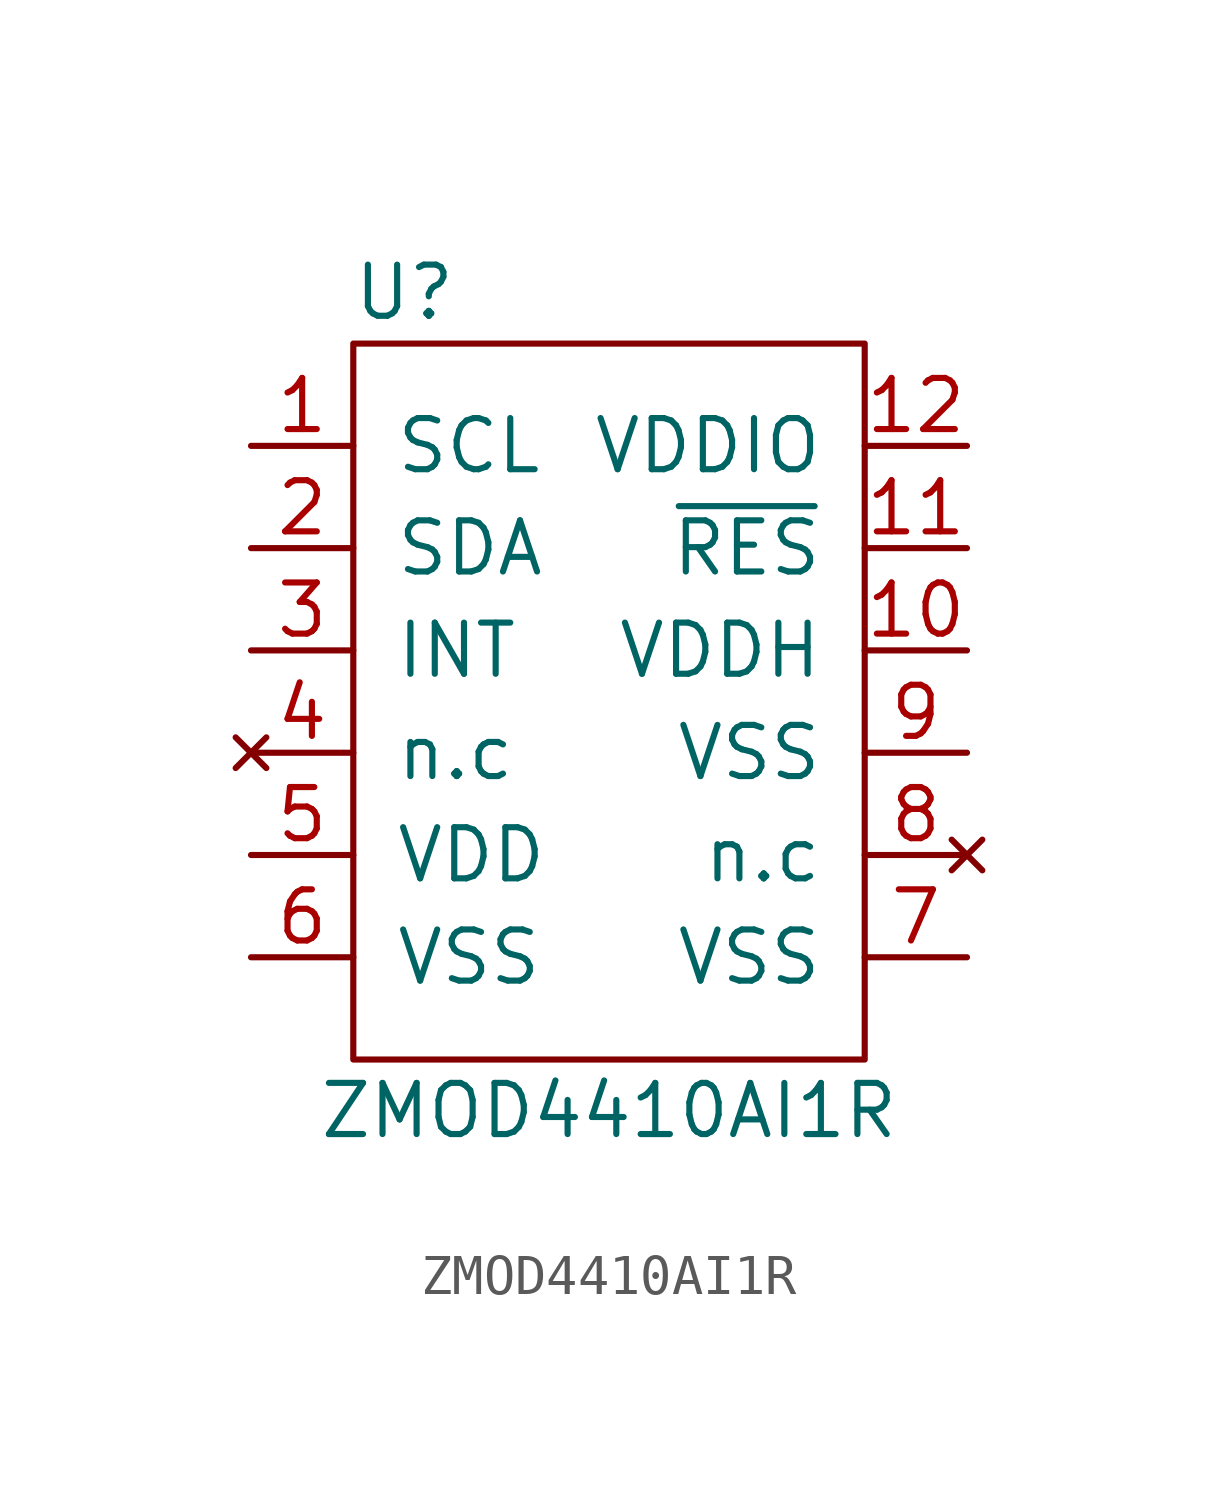
<source format=kicad_sym>
(kicad_symbol_lib
  (version 20211014)
  (generator kicad_symbol_editor)
  (symbol "ZMOD4410AI1R"
    (pin_names
      (offset 1.016))
    (property "Reference" "U"
      (at -5.08 10.16 0)
      (effects (font (size 1.27 1.27))))
    (property "Value" "ZMOD4410AI1R"
      (at 0 -10.16 0)
      (effects (font (size 1.27 1.27))))
    (symbol "ZMOD4410AI1R_0_1"
      (rectangle (start -6.35 8.89) (end 6.35 -8.89) (stroke (width 0) (type default) (color 0 0 0 0)) (fill (type none))))
    (symbol "ZMOD4410AI1R_1_1"
      (pin input line (at -8.89 6.35 0) (length 2.54) (name "SCL" (effects (font (size 1.27 1.27)))) (number "1" (effects (font (size 1.27 1.27)))))
      (pin power_in line (at 8.89 1.27 180) (length 2.54) (name "VDDH" (effects (font (size 1.27 1.27)))) (number "10" (effects (font (size 1.27 1.27)))))
      (pin input line (at 8.89 3.81 180) (length 2.54) (name "~{RES}" (effects (font (size 1.27 1.27)))) (number "11" (effects (font (size 1.27 1.27)))))
      (pin power_in line (at 8.89 6.35 180) (length 2.54) (name "VDDIO" (effects (font (size 1.27 1.27)))) (number "12" (effects (font (size 1.27 1.27)))))
      (pin input line (at -8.89 3.81 0) (length 2.54) (name "SDA" (effects (font (size 1.27 1.27)))) (number "2" (effects (font (size 1.27 1.27)))))
      (pin output line (at -8.89 1.27 0) (length 2.54) (name "INT" (effects (font (size 1.27 1.27)))) (number "3" (effects (font (size 1.27 1.27)))))
      (pin no_connect line (at -8.89 -1.27 0) (length 2.54) (name "n.c" (effects (font (size 1.27 1.27)))) (number "4" (effects (font (size 1.27 1.27)))))
      (pin power_in line (at -8.89 -3.81 0) (length 2.54) (name "VDD" (effects (font (size 1.27 1.27)))) (number "5" (effects (font (size 1.27 1.27)))))
      (pin output line (at -8.89 -6.35 0) (length 2.54) (name "VSS" (effects (font (size 1.27 1.27)))) (number "6" (effects (font (size 1.27 1.27)))))
      (pin output line (at 8.89 -6.35 180) (length 2.54) (name "VSS" (effects (font (size 1.27 1.27)))) (number "7" (effects (font (size 1.27 1.27)))))
      (pin no_connect line (at 8.89 -3.81 180) (length 2.54) (name "n.c" (effects (font (size 1.27 1.27)))) (number "8" (effects (font (size 1.27 1.27)))))
      (pin power_out line (at 8.89 -1.27 180) (length 2.54) (name "VSS" (effects (font (size 1.27 1.27)))) (number "9" (effects (font (size 1.27 1.27))))))))
</source>
